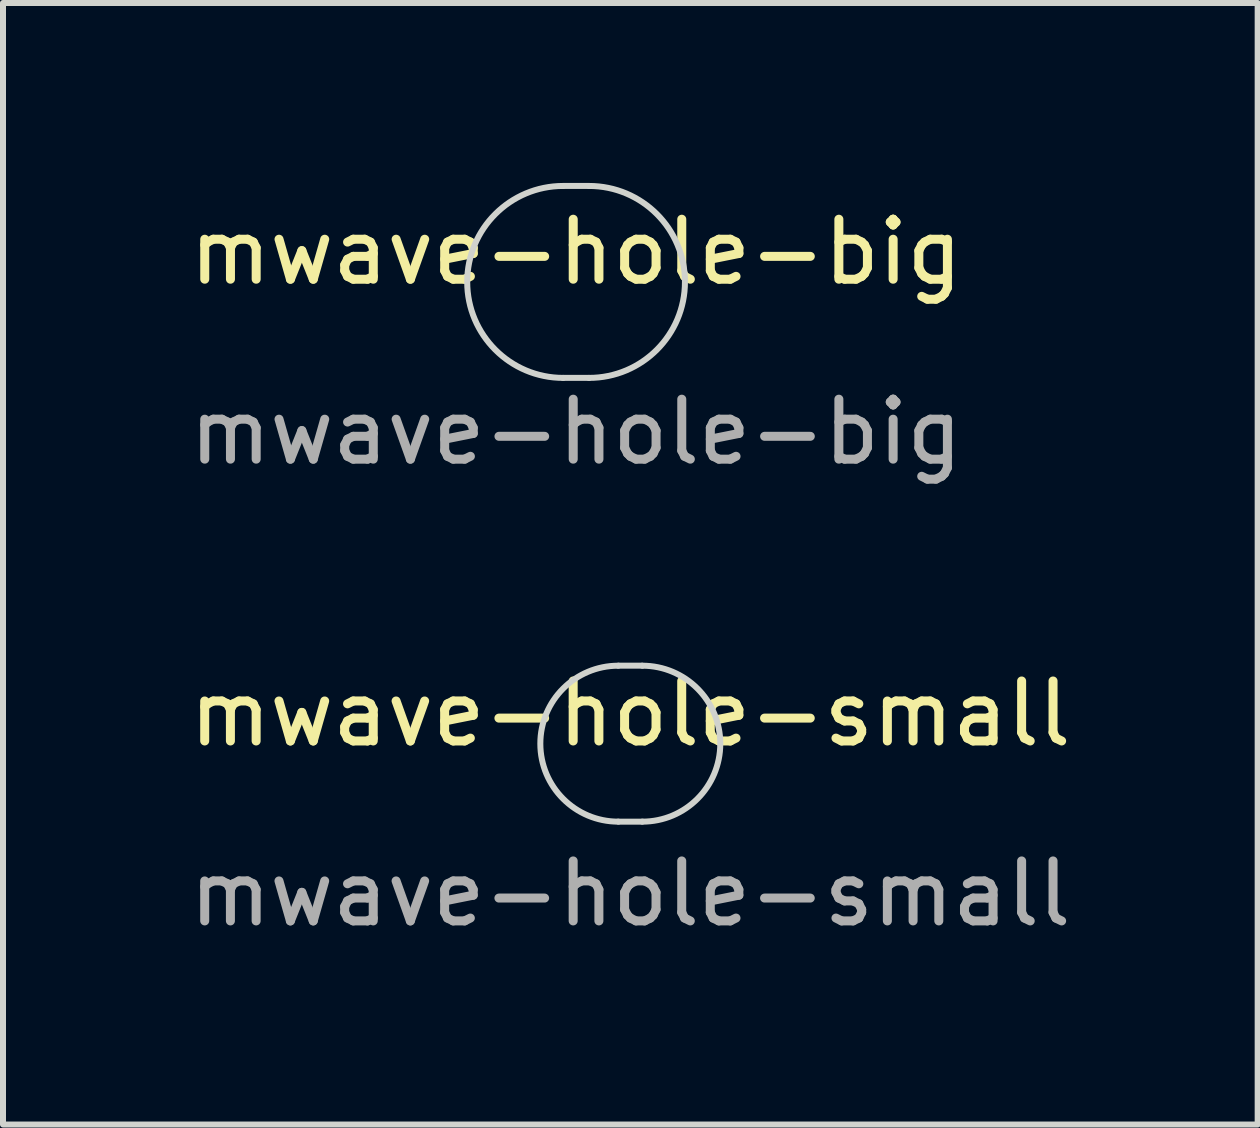
<source format=kicad_pcb>
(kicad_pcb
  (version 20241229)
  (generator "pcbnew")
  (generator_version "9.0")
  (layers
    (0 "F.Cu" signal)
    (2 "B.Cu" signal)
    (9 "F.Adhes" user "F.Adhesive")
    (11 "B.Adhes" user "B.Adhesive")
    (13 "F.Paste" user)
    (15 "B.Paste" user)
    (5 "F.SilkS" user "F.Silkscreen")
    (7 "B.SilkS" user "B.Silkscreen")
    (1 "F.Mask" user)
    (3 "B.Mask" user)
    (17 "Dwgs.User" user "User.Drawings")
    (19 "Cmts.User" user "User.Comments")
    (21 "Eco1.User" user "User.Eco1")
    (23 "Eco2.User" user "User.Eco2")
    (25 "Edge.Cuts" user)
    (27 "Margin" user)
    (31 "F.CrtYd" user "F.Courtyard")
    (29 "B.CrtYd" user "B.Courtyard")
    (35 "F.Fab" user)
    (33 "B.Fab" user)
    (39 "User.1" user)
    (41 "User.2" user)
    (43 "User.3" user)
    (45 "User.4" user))
  (footprint "mwave-hole-small"
    (layer "F.Cu")
    (at 7.458 9.348)
    (property "Reference" "mwave-hole-small" (at 0 -0.5 0) (unlocked yes) (layer "F.SilkS") (effects (font (size 1 1) (thickness 0.15))))
    (attr board_only exclude_from_pos_files exclude_from_bom)
    (fp_line (start -0.2 -1.3) (end 0.2 -1.3) (stroke (width 0.1) (type default)) (layer "Edge.Cuts"))
    (fp_line (start -0.2 1.3) (end 0.2 1.3) (stroke (width 0.1) (type default)) (layer "Edge.Cuts"))
    (fp_arc (start -0.2 1.3) (mid -1.5 0) (end -0.2 -1.3) (stroke (width 0.1) (type default)) (layer "Edge.Cuts"))
    (fp_arc (start 0.2 -1.3) (mid 1.5 0) (end 0.2 1.3) (stroke (width 0.1) (type default)) (layer "Edge.Cuts"))
    (fp_text user "${REFERENCE}" (at 0 2.5 0) (unlocked yes) (layer "F.Fab") (effects (font (size 1 1) (thickness 0.15)))))
  (footprint "mwave-hole-big"
    (layer "F.Cu")
    (at 6.554 1.65)
    (property "Reference" "mwave-hole-big" (at 0 -0.5 0) (unlocked yes) (layer "F.SilkS") (effects (font (size 1 1) (thickness 0.15))))
    (attr board_only exclude_from_pos_files exclude_from_bom)
    (fp_line (start -0.215 -1.6) (end 0.215 -1.6) (stroke (width 0.1) (type default)) (layer "Edge.Cuts"))
    (fp_line (start 0.215 1.6) (end -0.215 1.6) (stroke (width 0.1) (type default)) (layer "Edge.Cuts"))
    (fp_arc (start -0.215 1.6) (mid -1.815 0) (end -0.215 -1.6) (stroke (width 0.1) (type default)) (layer "Edge.Cuts"))
    (fp_arc (start 0.215 -1.6) (mid 1.815 0) (end 0.215 1.6) (stroke (width 0.1) (type default)) (layer "Edge.Cuts"))
    (fp_text user "${REFERENCE}" (at 0 2.5 0) (unlocked yes) (layer "F.Fab") (effects (font (size 1 1) (thickness 0.15)))))
  (gr_rect
    (start -3 -3)
    (end 17.917 15.697)
    (stroke (width 0.1) (type default))
    (fill no)
    (layer "Edge.Cuts")))
</source>
